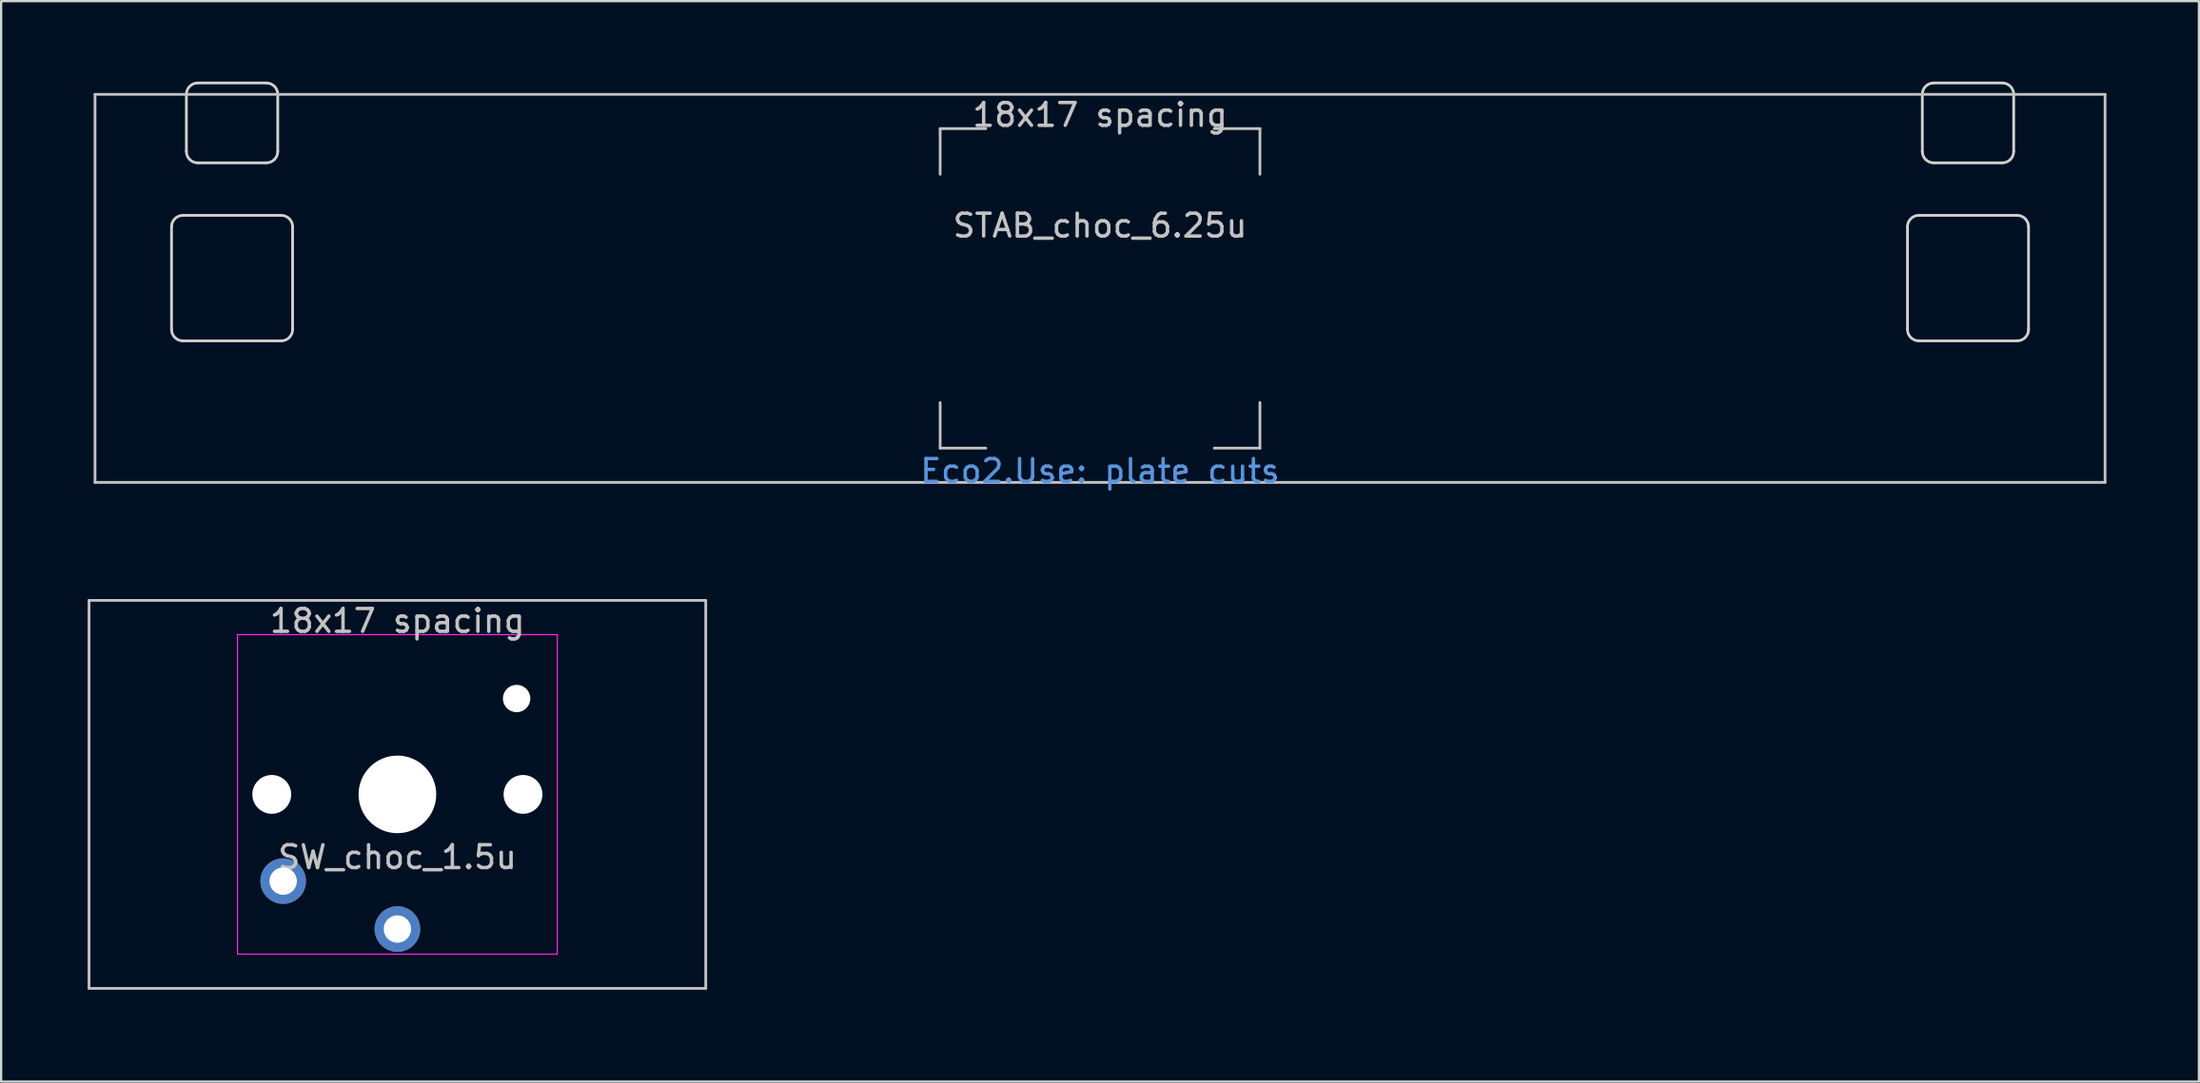
<source format=kicad_pcb>
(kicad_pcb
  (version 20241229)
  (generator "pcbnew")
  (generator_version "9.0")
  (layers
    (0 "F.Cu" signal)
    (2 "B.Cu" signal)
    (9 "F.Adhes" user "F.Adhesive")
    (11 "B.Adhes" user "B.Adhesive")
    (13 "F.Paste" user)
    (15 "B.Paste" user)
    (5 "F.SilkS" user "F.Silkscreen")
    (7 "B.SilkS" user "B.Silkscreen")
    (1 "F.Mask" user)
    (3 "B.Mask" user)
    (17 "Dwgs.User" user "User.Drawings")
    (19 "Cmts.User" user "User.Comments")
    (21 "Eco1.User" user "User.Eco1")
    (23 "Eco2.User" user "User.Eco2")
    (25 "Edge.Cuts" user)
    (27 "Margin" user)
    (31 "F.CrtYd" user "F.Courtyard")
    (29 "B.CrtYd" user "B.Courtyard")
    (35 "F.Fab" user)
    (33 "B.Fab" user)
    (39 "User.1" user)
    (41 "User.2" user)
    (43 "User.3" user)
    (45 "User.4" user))
  (footprint "SW_choc_1.5u"
    (layer "F.Cu")
    (at 14.348 31.755)
    (property "Reference" "SW_choc_1.5u" (at 0 2.75 0) (layer "Dwgs.User") (effects (font (size 1 1) (thickness 0.15))))
    (attr through_hole exclude_from_pos_files exclude_from_bom)
    (fp_line (start -13.5 -8.5) (end 13.5 -8.5) (stroke (width 0.12) (type solid)) (layer "Dwgs.User"))
    (fp_line (start -13.5 8.5) (end -13.5 -8.5) (stroke (width 0.12) (type solid)) (layer "Dwgs.User"))
    (fp_line (start 13.5 -8.5) (end 13.5 8.5) (stroke (width 0.12) (type solid)) (layer "Dwgs.User"))
    (fp_line (start 13.5 8.5) (end -13.5 8.5) (stroke (width 0.12) (type solid)) (layer "Dwgs.User"))
    (fp_line (start -14.287 -9.525) (end -14.287 9.525) (stroke (width 0.12) (type solid)) (layer "Eco1.User"))
    (fp_line (start -14.287 9.525) (end 14.287 9.525) (stroke (width 0.12) (type solid)) (layer "Eco1.User"))
    (fp_line (start 14.287 -9.525) (end -14.287 -9.525) (stroke (width 0.12) (type solid)) (layer "Eco1.User"))
    (fp_line (start 14.287 9.525) (end 14.287 -9.525) (stroke (width 0.12) (type solid)) (layer "Eco1.User"))
    (fp_line (start -6.95 6.45) (end -6.95 -6.45) (stroke (width 0.05) (type solid)) (layer "Eco2.User"))
    (fp_line (start -6.45 -6.95) (end 6.45 -6.95) (stroke (width 0.05) (type solid)) (layer "Eco2.User"))
    (fp_line (start 6.45 6.95) (end -6.45 6.95) (stroke (width 0.05) (type solid)) (layer "Eco2.User"))
    (fp_line (start 6.95 -6.45) (end 6.95 6.45) (stroke (width 0.05) (type solid)) (layer "Eco2.User"))
    (fp_arc (start -6.95 -6.45) (mid -6.803553 -6.803553) (end -6.45 -6.95) (stroke (width 0.05) (type solid)) (layer "Eco2.User"))
    (fp_arc (start -6.45 6.95) (mid -6.803553 6.803553) (end -6.95 6.45) (stroke (width 0.05) (type solid)) (layer "Eco2.User"))
    (fp_arc (start 6.45 -6.95) (mid 6.803553 -6.803553) (end 6.95 -6.45) (stroke (width 0.05) (type solid)) (layer "Eco2.User"))
    (fp_arc (start 6.95 6.45) (mid 6.803553 6.803553) (end 6.45 6.95) (stroke (width 0.05) (type solid)) (layer "Eco2.User"))
    (fp_line (start -7 -7) (end 7 -7) (stroke (width 0.05) (type solid)) (layer "F.CrtYd"))
    (fp_line (start -7 7) (end -7 -7) (stroke (width 0.05) (type solid)) (layer "F.CrtYd"))
    (fp_line (start 7 -7) (end 7 7) (stroke (width 0.05) (type solid)) (layer "F.CrtYd"))
    (fp_line (start 7 7) (end -7 7) (stroke (width 0.05) (type solid)) (layer "F.CrtYd"))
    (fp_text user "18x17 spacing" (at 0 -7.6 0) (layer "Dwgs.User") (effects (font (size 1 1) (thickness 0.15))))
    (fp_text user "19.05 spacing" (at 0 -8.7 0) (layer "Eco1.User") (effects (font (size 1 1) (thickness 0.15))))
    (pad "" np_thru_hole circle (at -5.5 0 180) (size 1.7 1.7) (drill 1.7) (layers "*.Cu" "*.Mask"))
    (pad "" np_thru_hole circle (at 0 0 180) (size 3.4 3.4) (drill 3.4) (layers "*.Cu" "*.Mask"))
    (pad "" np_thru_hole circle (at 5.22 -4.2 180) (size 1.2 1.2) (drill 1.2) (layers "*.Cu" "*.Mask"))
    (pad "" np_thru_hole circle (at 5.5 0 180) (size 1.7 1.7) (drill 1.7) (layers "*.Cu" "*.Mask"))
    (pad "1" thru_hole circle (at -5 3.8 180) (size 2 2) (drill 1.2) (layers "*.Cu" "B.Mask"))
    (pad "2" thru_hole circle (at 0 5.9 180) (size 2 2) (drill 1.2) (layers "*.Cu" "B.Mask")))
  (footprint "STAB_choc_6.25u"
    (layer "F.Cu")
    (at 45.11 9.585)
    (property "Reference" "STAB_choc_6.25u" (at 0 -2.75 180) (layer "Dwgs.User") (effects (font (size 1 1) (thickness 0.15))))
    (attr exclude_from_pos_files exclude_from_bom)
    (fp_line (start -44 -8.5) (end 44 -8.5) (stroke (width 0.12) (type solid)) (layer "Dwgs.User"))
    (fp_line (start -44 8.5) (end -44 -8.5) (stroke (width 0.12) (type solid)) (layer "Dwgs.User"))
    (fp_line (start -7 -7) (end -7 -5) (stroke (width 0.12) (type solid)) (layer "Dwgs.User"))
    (fp_line (start -7 -7) (end -5 -7) (stroke (width 0.12) (type solid)) (layer "Dwgs.User"))
    (fp_line (start -7 7) (end -7 5) (stroke (width 0.12) (type solid)) (layer "Dwgs.User"))
    (fp_line (start -7 7) (end -5 7) (stroke (width 0.12) (type solid)) (layer "Dwgs.User"))
    (fp_line (start 7 -7) (end 5 -7) (stroke (width 0.12) (type solid)) (layer "Dwgs.User"))
    (fp_line (start 7 -7) (end 7 -5) (stroke (width 0.12) (type solid)) (layer "Dwgs.User"))
    (fp_line (start 7 5) (end 7 7) (stroke (width 0.12) (type solid)) (layer "Dwgs.User"))
    (fp_line (start 7 7) (end 5 7) (stroke (width 0.12) (type solid)) (layer "Dwgs.User"))
    (fp_line (start 44 -8.5) (end 44 8.5) (stroke (width 0.12) (type solid)) (layer "Dwgs.User"))
    (fp_line (start 44 8.5) (end -44 8.5) (stroke (width 0.12) (type solid)) (layer "Dwgs.User"))
    (fp_line (start -45.05 -9.525) (end -45.05 9.525) (stroke (width 0.12) (type solid)) (layer "Eco1.User"))
    (fp_line (start -45.05 9.525) (end 45.05 9.525) (stroke (width 0.12) (type solid)) (layer "Eco1.User"))
    (fp_line (start 45.05 -9.525) (end -45.05 -9.525) (stroke (width 0.12) (type solid)) (layer "Eco1.User"))
    (fp_line (start 45.05 9.525) (end 45.05 -9.525) (stroke (width 0.12) (type solid)) (layer "Eco1.User"))
    (fp_line (start -41.15 2.55) (end -41.15 -3.3) (stroke (width 0.05) (type solid)) (layer "Eco2.User"))
    (fp_line (start -40.65 -3.8) (end -40.3 -3.8) (stroke (width 0.05) (type solid)) (layer "Eco2.User"))
    (fp_line (start -40.65 3.05) (end -35.35 3.05) (stroke (width 0.05) (type solid)) (layer "Eco2.User"))
    (fp_line (start -39.8 -4.3) (end -39.8 -7.95) (stroke (width 0.05) (type solid)) (layer "Eco2.User"))
    (fp_line (start -39.3 -8.45) (end -36.7 -8.45) (stroke (width 0.05) (type solid)) (layer "Eco2.User"))
    (fp_line (start -36.2 -4.3) (end -36.2 -7.95) (stroke (width 0.05) (type solid)) (layer "Eco2.User"))
    (fp_line (start -35.35 -3.8) (end -35.7 -3.8) (stroke (width 0.05) (type solid)) (layer "Eco2.User"))
    (fp_line (start -34.85 2.55) (end -34.85 -3.3) (stroke (width 0.05) (type solid)) (layer "Eco2.User"))
    (fp_line (start 34.85 2.55) (end 34.85 -3.3) (stroke (width 0.05) (type solid)) (layer "Eco2.User"))
    (fp_line (start 35.35 -3.8) (end 35.7 -3.8) (stroke (width 0.05) (type solid)) (layer "Eco2.User"))
    (fp_line (start 36.2 -4.3) (end 36.2 -7.95) (stroke (width 0.05) (type solid)) (layer "Eco2.User"))
    (fp_line (start 39.3 -8.45) (end 36.7 -8.45) (stroke (width 0.05) (type solid)) (layer "Eco2.User"))
    (fp_line (start 39.8 -4.3) (end 39.8 -7.95) (stroke (width 0.05) (type solid)) (layer "Eco2.User"))
    (fp_line (start 40.65 -3.8) (end 40.3 -3.8) (stroke (width 0.05) (type solid)) (layer "Eco2.User"))
    (fp_line (start 40.65 3.05) (end 35.35 3.05) (stroke (width 0.05) (type solid)) (layer "Eco2.User"))
    (fp_line (start 41.15 2.55) (end 41.15 -3.3) (stroke (width 0.05) (type solid)) (layer "Eco2.User"))
    (fp_arc (start -41.15 -3.3) (mid -41.003553 -3.653553) (end -40.65 -3.8) (stroke (width 0.05) (type solid)) (layer "Eco2.User"))
    (fp_arc (start -40.65 3.05) (mid -41.003553 2.903553) (end -41.15 2.55) (stroke (width 0.05) (type solid)) (layer "Eco2.User"))
    (fp_arc (start -39.8 -7.95) (mid -39.653553 -8.303553) (end -39.3 -8.45) (stroke (width 0.05) (type solid)) (layer "Eco2.User"))
    (fp_arc (start -39.8 -4.3) (mid -39.946447 -3.946447) (end -40.3 -3.8) (stroke (width 0.05) (type solid)) (layer "Eco2.User"))
    (fp_arc (start -36.7 -8.45) (mid -36.346447 -8.303553) (end -36.2 -7.95) (stroke (width 0.05) (type solid)) (layer "Eco2.User"))
    (fp_arc (start -35.7 -3.8) (mid -36.053553 -3.946447) (end -36.2 -4.3) (stroke (width 0.05) (type solid)) (layer "Eco2.User"))
    (fp_arc (start -35.35 -3.8) (mid -34.996447 -3.653553) (end -34.85 -3.3) (stroke (width 0.05) (type solid)) (layer "Eco2.User"))
    (fp_arc (start -34.85 2.55) (mid -34.996447 2.903553) (end -35.35 3.05) (stroke (width 0.05) (type solid)) (layer "Eco2.User"))
    (fp_arc (start 34.85 -3.3) (mid 34.996447 -3.653553) (end 35.35 -3.8) (stroke (width 0.05) (type solid)) (layer "Eco2.User"))
    (fp_arc (start 35.35 3.05) (mid 34.996447 2.903553) (end 34.85 2.55) (stroke (width 0.05) (type solid)) (layer "Eco2.User"))
    (fp_arc (start 36.2 -7.95) (mid 36.346447 -8.303553) (end 36.7 -8.45) (stroke (width 0.05) (type solid)) (layer "Eco2.User"))
    (fp_arc (start 36.2 -4.3) (mid 36.053553 -3.946447) (end 35.7 -3.8) (stroke (width 0.05) (type solid)) (layer "Eco2.User"))
    (fp_arc (start 39.3 -8.45) (mid 39.653553 -8.303553) (end 39.8 -7.95) (stroke (width 0.05) (type solid)) (layer "Eco2.User"))
    (fp_arc (start 40.3 -3.8) (mid 39.946447 -3.946447) (end 39.8 -4.3) (stroke (width 0.05) (type solid)) (layer "Eco2.User"))
    (fp_arc (start 40.65 -3.8) (mid 41.003553 -3.653553) (end 41.15 -3.3) (stroke (width 0.05) (type solid)) (layer "Eco2.User"))
    (fp_arc (start 41.15 2.55) (mid 41.003553 2.903553) (end 40.65 3.05) (stroke (width 0.05) (type solid)) (layer "Eco2.User"))
    (fp_line (start -40.65 1.8) (end -40.65 -2.7) (stroke (width 0.12) (type solid)) (layer "Edge.Cuts"))
    (fp_line (start -40.15 -3.2) (end -35.85 -3.2) (stroke (width 0.12) (type solid)) (layer "Edge.Cuts"))
    (fp_line (start -40.15 2.3) (end -35.85 2.3) (stroke (width 0.12) (type solid)) (layer "Edge.Cuts"))
    (fp_line (start -40 -6) (end -40 -8.5) (stroke (width 0.12) (type solid)) (layer "Edge.Cuts"))
    (fp_line (start -39.5 -9) (end -36.5 -9) (stroke (width 0.12) (type solid)) (layer "Edge.Cuts"))
    (fp_line (start -39.5 -5.5) (end -36.5 -5.5) (stroke (width 0.12) (type solid)) (layer "Edge.Cuts"))
    (fp_line (start -36 -6) (end -36 -8.5) (stroke (width 0.12) (type solid)) (layer "Edge.Cuts"))
    (fp_line (start -35.35 1.8) (end -35.35 -2.7) (stroke (width 0.12) (type solid)) (layer "Edge.Cuts"))
    (fp_line (start 35.35 1.8) (end 35.35 -2.7) (stroke (width 0.12) (type solid)) (layer "Edge.Cuts"))
    (fp_line (start 36 -6) (end 36 -8.5) (stroke (width 0.12) (type solid)) (layer "Edge.Cuts"))
    (fp_line (start 39.5 -9) (end 36.5 -9) (stroke (width 0.12) (type solid)) (layer "Edge.Cuts"))
    (fp_line (start 39.5 -5.5) (end 36.5 -5.5) (stroke (width 0.12) (type solid)) (layer "Edge.Cuts"))
    (fp_line (start 40 -6) (end 40 -8.5) (stroke (width 0.12) (type solid)) (layer "Edge.Cuts"))
    (fp_line (start 40.15 -3.2) (end 35.85 -3.2) (stroke (width 0.12) (type solid)) (layer "Edge.Cuts"))
    (fp_line (start 40.15 2.3) (end 35.85 2.3) (stroke (width 0.12) (type solid)) (layer "Edge.Cuts"))
    (fp_line (start 40.65 1.8) (end 40.65 -2.7) (stroke (width 0.12) (type solid)) (layer "Edge.Cuts"))
    (fp_arc (start -40.65 -2.7) (mid -40.503553 -3.053553) (end -40.15 -3.2) (stroke (width 0.12) (type solid)) (layer "Edge.Cuts"))
    (fp_arc (start -40.15 2.3) (mid -40.503553 2.153553) (end -40.65 1.8) (stroke (width 0.12) (type solid)) (layer "Edge.Cuts"))
    (fp_arc (start -40 -8.5) (mid -39.853553 -8.853553) (end -39.5 -9) (stroke (width 0.12) (type solid)) (layer "Edge.Cuts"))
    (fp_arc (start -39.5 -5.5) (mid -39.853553 -5.646447) (end -40 -6) (stroke (width 0.12) (type solid)) (layer "Edge.Cuts"))
    (fp_arc (start -36.5 -9) (mid -36.146447 -8.853553) (end -36 -8.5) (stroke (width 0.12) (type solid)) (layer "Edge.Cuts"))
    (fp_arc (start -36 -6) (mid -36.146447 -5.646447) (end -36.5 -5.5) (stroke (width 0.12) (type solid)) (layer "Edge.Cuts"))
    (fp_arc (start -35.85 -3.2) (mid -35.496447 -3.053553) (end -35.35 -2.7) (stroke (width 0.12) (type solid)) (layer "Edge.Cuts"))
    (fp_arc (start -35.35 1.8) (mid -35.496447 2.153553) (end -35.85 2.3) (stroke (width 0.12) (type solid)) (layer "Edge.Cuts"))
    (fp_arc (start 35.35 -2.7) (mid 35.496447 -3.053553) (end 35.85 -3.2) (stroke (width 0.12) (type solid)) (layer "Edge.Cuts"))
    (fp_arc (start 35.85 2.3) (mid 35.496447 2.153553) (end 35.35 1.8) (stroke (width 0.12) (type solid)) (layer "Edge.Cuts"))
    (fp_arc (start 36 -8.5) (mid 36.146447 -8.853553) (end 36.5 -9) (stroke (width 0.12) (type solid)) (layer "Edge.Cuts"))
    (fp_arc (start 36.5 -5.5) (mid 36.146447 -5.646447) (end 36 -6) (stroke (width 0.12) (type solid)) (layer "Edge.Cuts"))
    (fp_arc (start 39.5 -9) (mid 39.853553 -8.853553) (end 40 -8.5) (stroke (width 0.12) (type solid)) (layer "Edge.Cuts"))
    (fp_arc (start 40 -6) (mid 39.853553 -5.646447) (end 39.5 -5.5) (stroke (width 0.12) (type solid)) (layer "Edge.Cuts"))
    (fp_arc (start 40.15 -3.2) (mid 40.503553 -3.053553) (end 40.65 -2.7) (stroke (width 0.12) (type solid)) (layer "Edge.Cuts"))
    (fp_arc (start 40.65 1.8) (mid 40.503553 2.153553) (end 40.15 2.3) (stroke (width 0.12) (type solid)) (layer "Edge.Cuts"))
    (fp_text user "18x17 spacing" (at 0 -7.6 0) (layer "Dwgs.User") (effects (font (size 1 1) (thickness 0.15))))
    (fp_text user "Eco2.Use: plate cuts" (at 0 8 0) (layer "Cmts.User") (effects (font (size 1 1) (thickness 0.15))))
    (fp_text user "19.05 spacing" (at 0 -8.7 0) (layer "Eco1.User") (effects (font (size 1 1) (thickness 0.15)))))
  (gr_rect
    (start -3 -3)
    (end 93.22 44.34)
    (stroke (width 0.1) (type default))
    (fill no)
    (layer "Edge.Cuts")))
</source>
